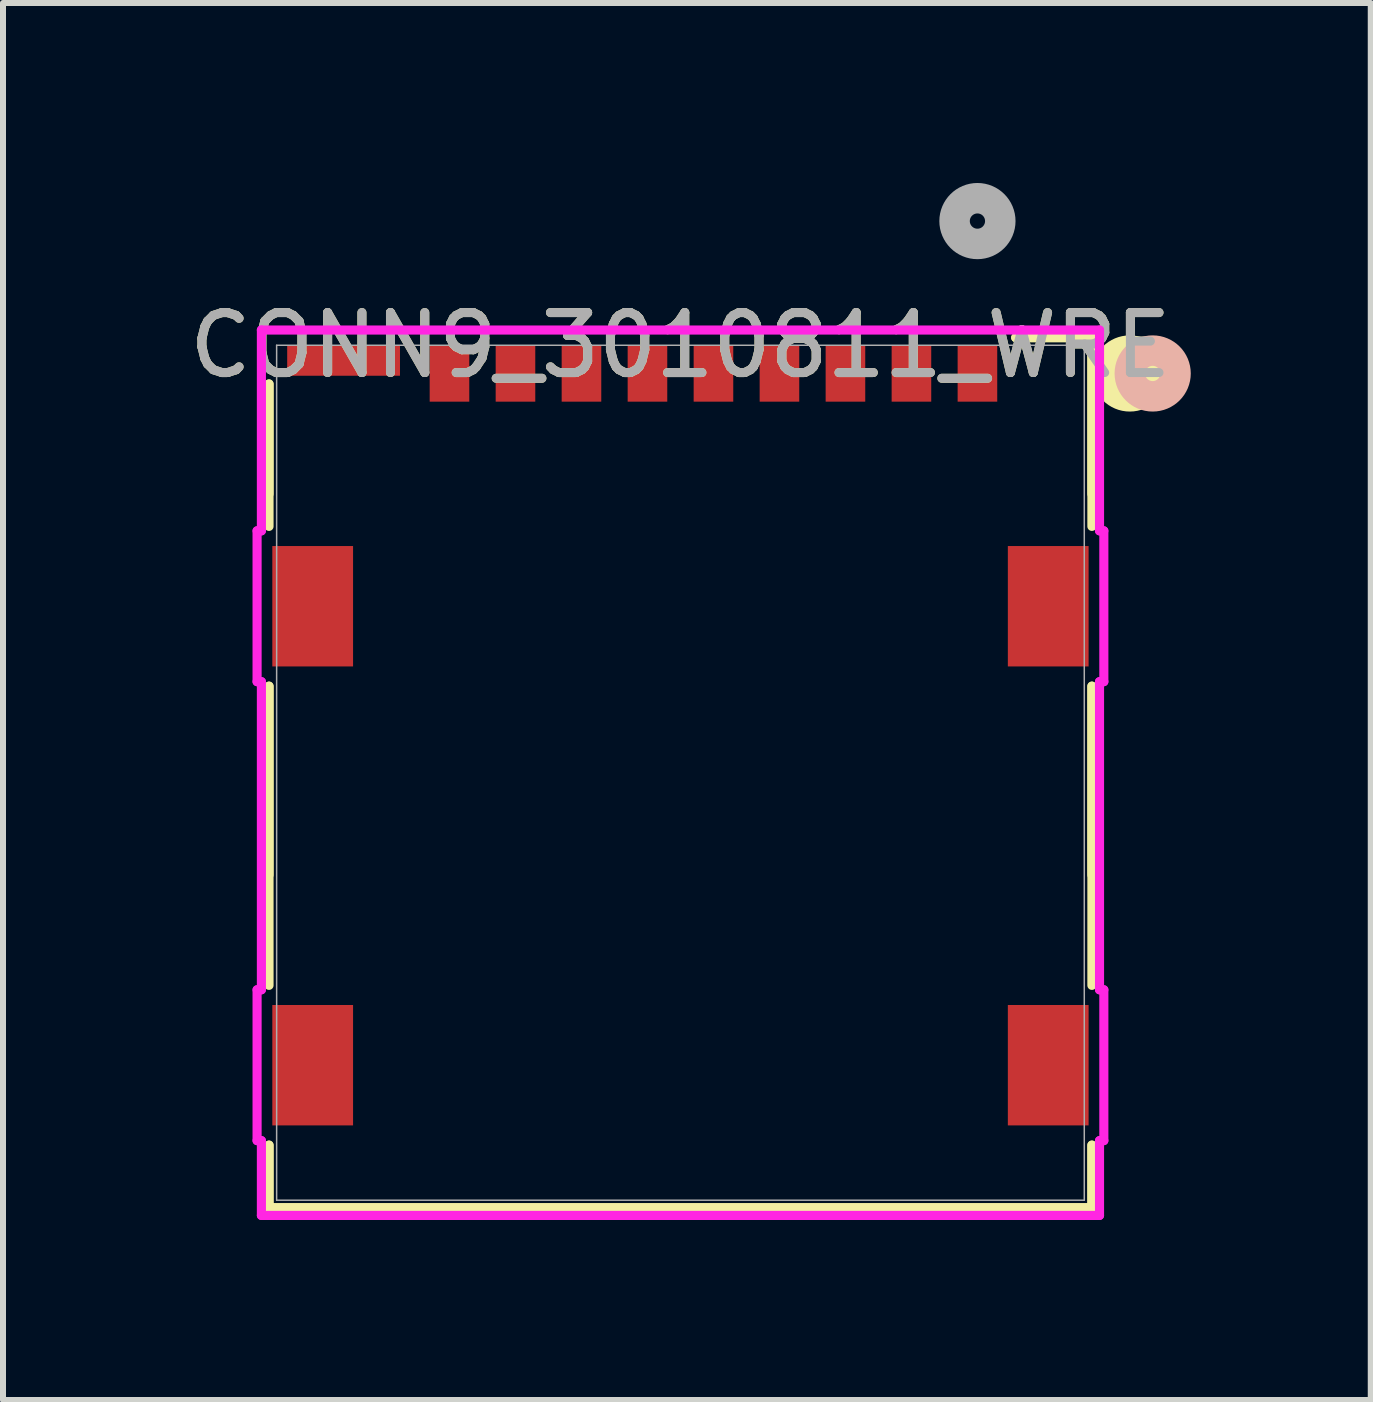
<source format=kicad_pcb>
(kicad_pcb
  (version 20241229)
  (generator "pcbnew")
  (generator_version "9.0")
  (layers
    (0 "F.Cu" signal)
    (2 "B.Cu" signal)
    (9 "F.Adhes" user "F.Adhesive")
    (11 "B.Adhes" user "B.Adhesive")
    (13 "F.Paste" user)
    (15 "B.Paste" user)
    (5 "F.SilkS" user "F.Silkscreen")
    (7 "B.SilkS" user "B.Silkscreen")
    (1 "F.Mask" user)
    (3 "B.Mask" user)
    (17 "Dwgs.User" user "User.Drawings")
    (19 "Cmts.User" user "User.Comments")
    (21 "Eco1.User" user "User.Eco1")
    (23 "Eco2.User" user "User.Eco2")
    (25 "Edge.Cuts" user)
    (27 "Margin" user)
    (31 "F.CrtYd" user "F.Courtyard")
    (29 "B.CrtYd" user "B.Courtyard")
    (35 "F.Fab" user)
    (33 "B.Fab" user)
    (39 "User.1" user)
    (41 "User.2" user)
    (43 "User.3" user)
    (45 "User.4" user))
  (footprint "CONN9_3010811_WRE"
    (layer "F.Cu")
    (at 13.242 3.175)
    (property "Reference" "CONN9_3010811_WRE" (at -4.95 -0.47 0) (unlocked yes) (layer "F.SilkS") (effects (font (size 1 1) (thickness 0.15))))
    (attr smd)
    (fp_line (start -11.808 0.175) (end -11.808 2.009) (stroke (width 0.152) (type solid)) (layer "F.SilkS"))
    (fp_line (start -11.808 2.549) (end -11.808 0.175) (stroke (width 0.152) (type solid)) (layer "F.SilkS"))
    (fp_line (start -11.808 5.212) (end -11.808 8.359) (stroke (width 0.152) (type solid)) (layer "F.SilkS"))
    (fp_line (start -11.808 10.199) (end -11.808 5.212) (stroke (width 0.152) (type solid)) (layer "F.SilkS"))
    (fp_line (start -11.808 12.862) (end -11.808 13.906) (stroke (width 0.152) (type solid)) (layer "F.SilkS"))
    (fp_line (start -11.808 13.906) (end -11.808 12.862) (stroke (width 0.152) (type solid)) (layer "F.SilkS"))
    (fp_line (start -11.808 13.906) (end 1.908 13.906) (stroke (width 0.152) (type solid)) (layer "F.SilkS"))
    (fp_line (start 0.638 -0.597) (end 1.908 -0.597) (stroke (width 0.152) (type solid)) (layer "F.SilkS"))
    (fp_line (start 1.908 -0.597) (end 0.638 -0.597) (stroke (width 0.152) (type solid)) (layer "F.SilkS"))
    (fp_line (start 1.908 -0.597) (end 1.908 2.549) (stroke (width 0.152) (type solid)) (layer "F.SilkS"))
    (fp_line (start 1.908 2.009) (end 1.908 -0.597) (stroke (width 0.152) (type solid)) (layer "F.SilkS"))
    (fp_line (start 1.908 5.212) (end 1.908 10.199) (stroke (width 0.152) (type solid)) (layer "F.SilkS"))
    (fp_line (start 1.908 8.359) (end 1.908 5.212) (stroke (width 0.152) (type solid)) (layer "F.SilkS"))
    (fp_line (start 1.908 12.862) (end 1.908 13.906) (stroke (width 0.152) (type solid)) (layer "F.SilkS"))
    (fp_line (start 1.908 13.906) (end -11.808 13.906) (stroke (width 0.152) (type solid)) (layer "F.SilkS"))
    (fp_line (start 1.908 13.906) (end 1.908 12.862) (stroke (width 0.152) (type solid)) (layer "F.SilkS"))
    (fp_circle (center 2.54 0) (end 2.921 0) (stroke (width 0.508) (type solid)) (fill no) (layer "F.SilkS"))
    (fp_circle (center 2.921 0) (end 3.302 0) (stroke (width 0.508) (type solid)) (fill no) (layer "B.SilkS"))
    (fp_line (start -12.007 2.623) (end -12.007 5.137) (stroke (width 0.152) (type solid)) (layer "F.CrtYd"))
    (fp_line (start -12.007 5.137) (end -11.935 5.137) (stroke (width 0.152) (type solid)) (layer "F.CrtYd"))
    (fp_line (start -12.007 10.273) (end -12.007 12.787) (stroke (width 0.152) (type solid)) (layer "F.CrtYd"))
    (fp_line (start -12.007 12.787) (end -11.935 12.787) (stroke (width 0.152) (type solid)) (layer "F.CrtYd"))
    (fp_line (start -11.935 -0.724) (end -11.935 2.623) (stroke (width 0.152) (type solid)) (layer "F.CrtYd"))
    (fp_line (start -11.935 2.623) (end -12.007 2.623) (stroke (width 0.152) (type solid)) (layer "F.CrtYd"))
    (fp_line (start -11.935 5.137) (end -11.935 10.273) (stroke (width 0.152) (type solid)) (layer "F.CrtYd"))
    (fp_line (start -11.935 10.273) (end -12.007 10.273) (stroke (width 0.152) (type solid)) (layer "F.CrtYd"))
    (fp_line (start -11.935 12.787) (end -11.935 14.034) (stroke (width 0.152) (type solid)) (layer "F.CrtYd"))
    (fp_line (start -11.935 14.034) (end 2.035 14.034) (stroke (width 0.152) (type solid)) (layer "F.CrtYd"))
    (fp_line (start 2.035 -0.724) (end -11.935 -0.724) (stroke (width 0.152) (type solid)) (layer "F.CrtYd"))
    (fp_line (start 2.035 2.623) (end 2.035 -0.724) (stroke (width 0.152) (type solid)) (layer "F.CrtYd"))
    (fp_line (start 2.035 5.137) (end 2.107 5.137) (stroke (width 0.152) (type solid)) (layer "F.CrtYd"))
    (fp_line (start 2.035 10.273) (end 2.035 5.137) (stroke (width 0.152) (type solid)) (layer "F.CrtYd"))
    (fp_line (start 2.035 12.787) (end 2.107 12.787) (stroke (width 0.152) (type solid)) (layer "F.CrtYd"))
    (fp_line (start 2.035 14.034) (end 2.035 12.787) (stroke (width 0.152) (type solid)) (layer "F.CrtYd"))
    (fp_line (start 2.107 10.273) (end 2.035 10.273) (stroke (width 0.152) (type solid)) (layer "F.CrtYd"))
    (fp_line (start 2.107 12.787) (end 2.107 10.273) (stroke (width 0.152) (type solid)) (layer "F.CrtYd"))
    (fp_line (start 2.107 2.623) (end 2.035 2.623) (stroke (width 0.152) (type solid)) (layer "F.CrtYd"))
    (fp_line (start 2.107 5.137) (end 2.107 2.623) (stroke (width 0.152) (type solid)) (layer "F.CrtYd"))
    (fp_line (start -11.681 -0.47) (end -11.681 13.78) (stroke (width 0.025) (type solid)) (layer "F.Fab"))
    (fp_line (start -11.681 13.78) (end 1.781 13.78) (stroke (width 0.025) (type solid)) (layer "F.Fab"))
    (fp_line (start 1.781 -0.47) (end -11.681 -0.47) (stroke (width 0.025) (type solid)) (layer "F.Fab"))
    (fp_line (start 1.781 13.78) (end 1.781 -0.47) (stroke (width 0.025) (type solid)) (layer "F.Fab"))
    (fp_circle (center 0 -2.54) (end 0.381 -2.54) (stroke (width 0.508) (type solid)) (fill no) (layer "F.Fab"))
    (fp_text user "${REFERENCE}" (at -4.95 -0.47 0) (unlocked yes) (layer "F.Fab") (effects (font (size 1 1) (thickness 0.15))))
    (pad "10" smd rect (at -11.08 3.88) (size 1.346 2.007) (layers "F.Cu" "F.Mask" "F.Paste"))
    (pad "11" smd rect (at 1.18 3.88) (size 1.346 2.007) (layers "F.Cu" "F.Mask" "F.Paste"))
    (pad "12" smd rect (at -11.08 11.53) (size 1.346 2.007) (layers "F.Cu" "F.Mask" "F.Paste"))
    (pad "13" smd rect (at 1.18 11.53) (size 1.346 2.007) (layers "F.Cu" "F.Mask" "F.Paste"))
    (pad "14" smd rect (at -10.565 -0.216) (size 1.88 0.508) (layers "F.Cu" "F.Mask" "F.Paste"))
    (pad "C1" smd rect (at 0 0) (size 0.66 0.94) (layers "F.Cu" "F.Mask" "F.Paste"))
    (pad "C2" smd rect (at -3.3 0) (size 0.66 0.94) (layers "F.Cu" "F.Mask" "F.Paste"))
    (pad "C3" smd rect (at -5.5 0) (size 0.66 0.94) (layers "F.Cu" "F.Mask" "F.Paste"))
    (pad "C4" smd rect (at -7.7 0) (size 0.66 0.94) (layers "F.Cu" "F.Mask" "F.Paste"))
    (pad "C5" smd rect (at -1.1 0) (size 0.66 0.94) (layers "F.Cu" "F.Mask" "F.Paste"))
    (pad "C6" smd rect (at -4.4 0) (size 0.66 0.94) (layers "F.Cu" "F.Mask" "F.Paste"))
    (pad "C7" smd rect (at -6.6 0) (size 0.66 0.94) (layers "F.Cu" "F.Mask" "F.Paste"))
    (pad "C8" smd rect (at -8.8 0) (size 0.66 0.94) (layers "F.Cu" "F.Mask" "F.Paste"))
    (pad "SW" smd rect (at -2.2 0) (size 0.66 0.94) (layers "F.Cu" "F.Mask" "F.Paste")))
  (gr_rect
    (start -3 -3)
    (end 19.798 20.285)
    (stroke (width 0.1) (type default))
    (fill no)
    (layer "Edge.Cuts")))
</source>
